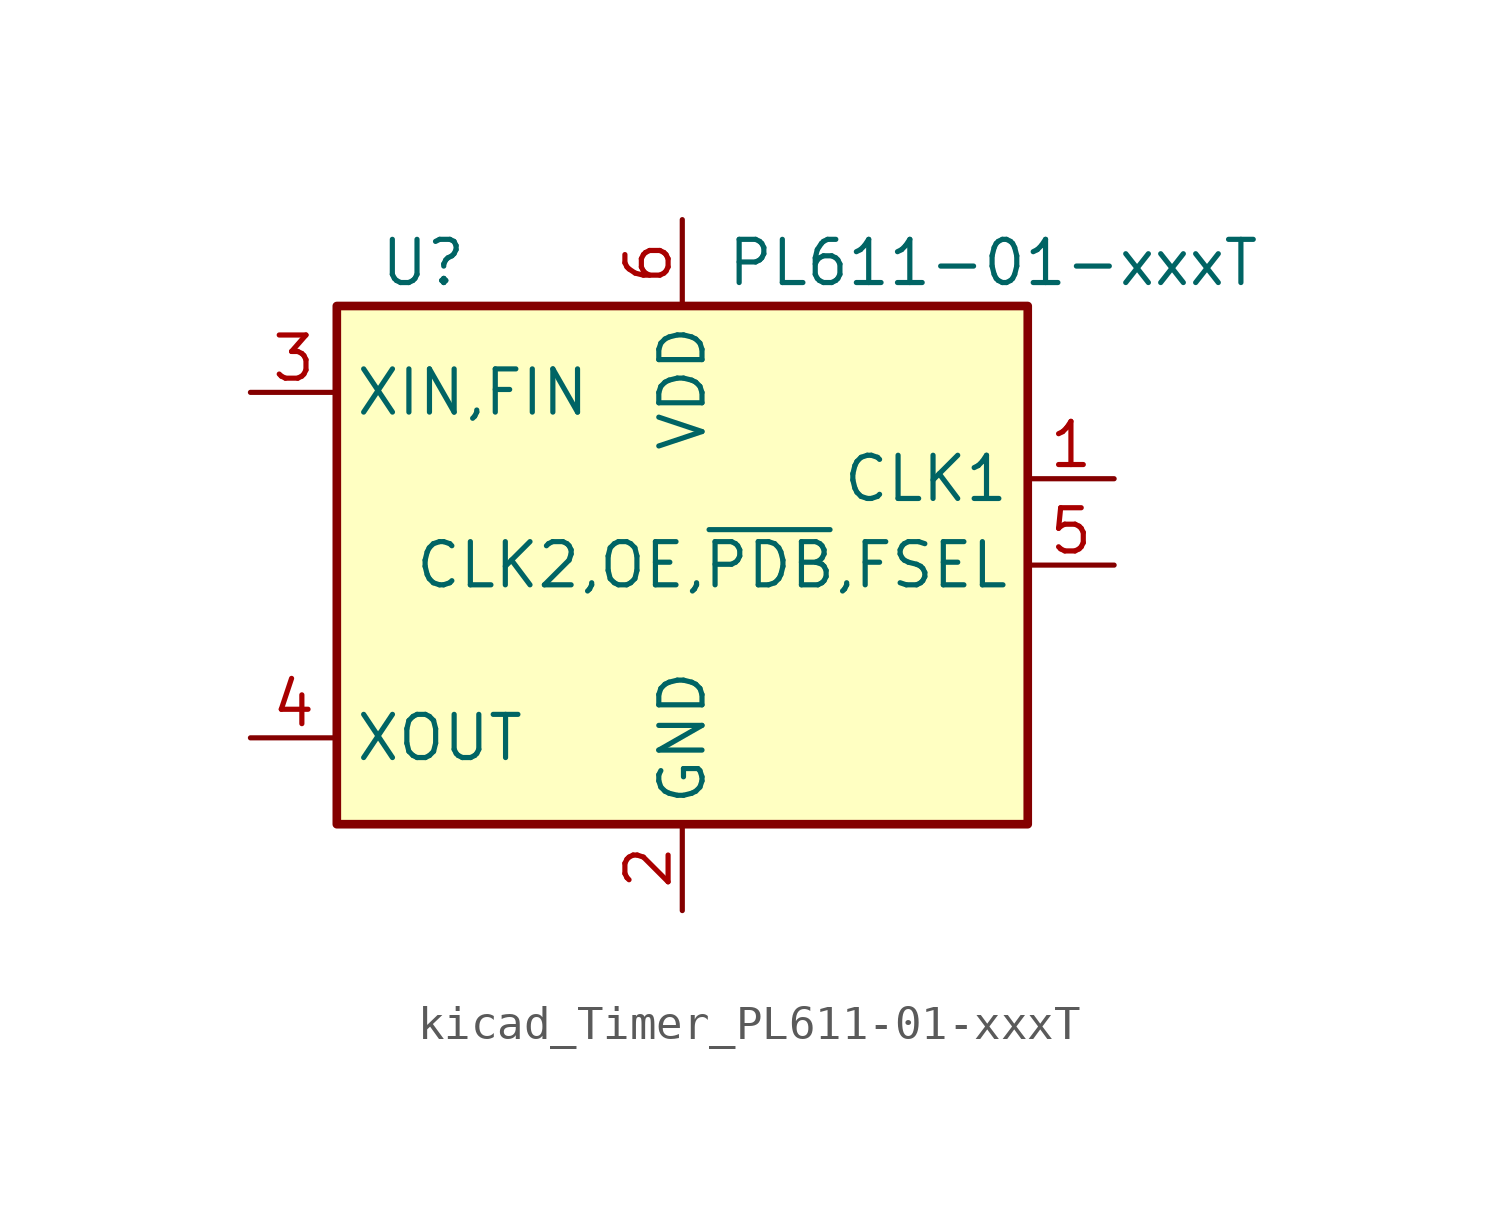
<source format=kicad_sym>
(kicad_symbol_lib
  (version 20220914)
  (generator kicad_symbol_editor)
  (symbol "kicad_Timer_PL611-01-xxxT"
    (property "Reference" "U"
      (at -7.62 8.89 0)
      (effects (font (size 1.27 1.27))))
    (property "Value" "PL611-01-xxxT"
      (at 1.27 8.89 0)
      (effects (font (size 1.27 1.27)) (justify left)))
    (symbol "kicad_Timer_PL611-01-xxxT_0_1"
      (rectangle (start -10.16 7.62) (end 10.16 -7.62) (stroke (width 0.254) (type default)) (fill (type background))))
    (symbol "kicad_Timer_PL611-01-xxxT_1_1"
      (pin output line (at 12.7 2.54 180) (length 2.54) (name "CLK1" (effects (font (size 1.27 1.27)))) (number "1" (effects (font (size 1.27 1.27)))))
      (pin power_in line (at 0 -10.16 90) (length 2.54) (name "GND" (effects (font (size 1.27 1.27)))) (number "2" (effects (font (size 1.27 1.27)))))
      (pin input line (at -12.7 5.08 0) (length 2.54) (name "XIN,FIN" (effects (font (size 1.27 1.27)))) (number "3" (effects (font (size 1.27 1.27)))))
      (pin output line (at -12.7 -5.08 0) (length 2.54) (name "XOUT" (effects (font (size 1.27 1.27)))) (number "4" (effects (font (size 1.27 1.27)))))
      (pin bidirectional line (at 12.7 0 180) (length 2.54) (name "CLK2,OE,~{PDB},FSEL" (effects (font (size 1.27 1.27)))) (number "5" (effects (font (size 1.27 1.27)))))
      (pin power_in line (at 0 10.16 270) (length 2.54) (name "VDD" (effects (font (size 1.27 1.27)))) (number "6" (effects (font (size 1.27 1.27))))))))
</source>
